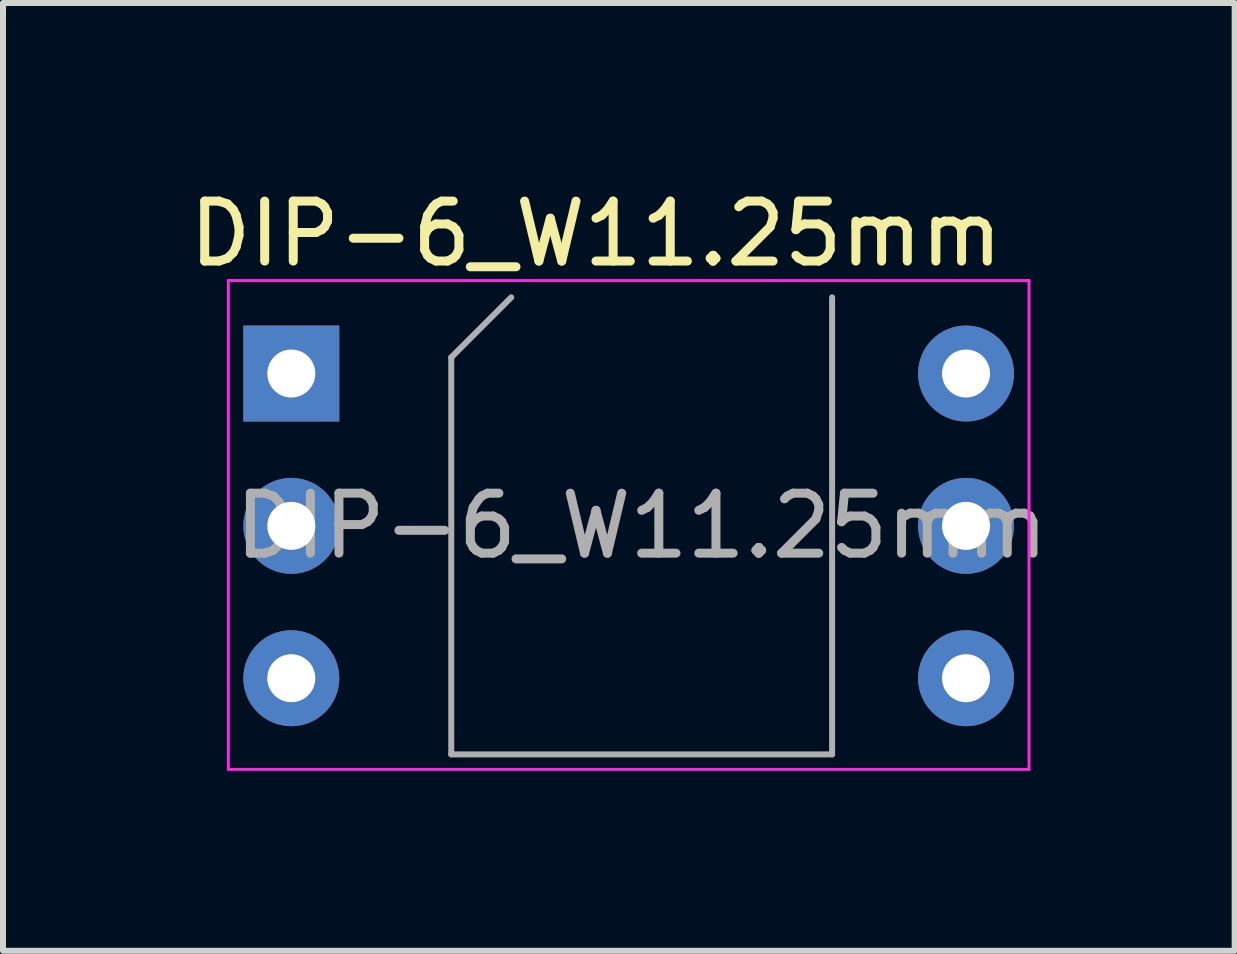
<source format=kicad_pcb>
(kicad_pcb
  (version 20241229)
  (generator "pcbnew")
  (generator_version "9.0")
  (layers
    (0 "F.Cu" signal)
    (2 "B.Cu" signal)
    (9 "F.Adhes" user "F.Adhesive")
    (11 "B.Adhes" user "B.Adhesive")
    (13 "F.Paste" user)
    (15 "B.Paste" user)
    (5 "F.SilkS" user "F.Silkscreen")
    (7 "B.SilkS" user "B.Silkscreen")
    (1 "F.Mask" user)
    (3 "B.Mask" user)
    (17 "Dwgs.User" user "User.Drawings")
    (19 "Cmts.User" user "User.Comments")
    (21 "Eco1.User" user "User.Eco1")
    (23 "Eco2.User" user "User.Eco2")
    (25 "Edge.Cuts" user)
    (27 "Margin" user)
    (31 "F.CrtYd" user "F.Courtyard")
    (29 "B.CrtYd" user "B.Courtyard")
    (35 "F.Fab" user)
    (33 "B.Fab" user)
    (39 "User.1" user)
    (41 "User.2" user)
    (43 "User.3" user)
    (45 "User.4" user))
  (footprint "DIP-6_W11.25mm"
    (layer "F.Cu")
    (at 1.807 3.178)
    (property "Reference" "DIP-6_W11.25mm" (at 5.08 -2.33 0) (layer "F.SilkS") (effects (font (size 1 1) (thickness 0.15))))
    (attr through_hole)
    (fp_line (start -1.05 -1.55) (end -1.05 6.6) (stroke (width 0.05) (type solid)) (layer "F.CrtYd"))
    (fp_line (start -1.05 6.6) (end 12.3 6.6) (stroke (width 0.05) (type solid)) (layer "F.CrtYd"))
    (fp_line (start 12.3 -1.55) (end -1.05 -1.55) (stroke (width 0.05) (type solid)) (layer "F.CrtYd"))
    (fp_line (start 12.3 6.6) (end 12.3 -1.55) (stroke (width 0.05) (type solid)) (layer "F.CrtYd"))
    (fp_line (start 2.667 -0.27) (end 3.667 -1.27) (stroke (width 0.1) (type solid)) (layer "F.Fab"))
    (fp_line (start 2.667 6.35) (end 2.667 -0.27) (stroke (width 0.1) (type solid)) (layer "F.Fab"))
    (fp_line (start 9.017 -1.27) (end 9.017 6.35) (stroke (width 0.1) (type solid)) (layer "F.Fab"))
    (fp_line (start 9.017 6.35) (end 2.667 6.35) (stroke (width 0.1) (type solid)) (layer "F.Fab"))
    (fp_text user "${REFERENCE}" (at 5.842 2.54 0) (layer "F.Fab") (effects (font (size 1 1) (thickness 0.15))))
    (pad "1" thru_hole rect (at 0 0) (size 1.6 1.6) (drill 0.8) (layers "*.Cu" "*.Mask"))
    (pad "2" thru_hole oval (at 0 2.54) (size 1.6 1.6) (drill 0.8) (layers "*.Cu" "*.Mask"))
    (pad "3" thru_hole oval (at 0 5.08) (size 1.6 1.6) (drill 0.8) (layers "*.Cu" "*.Mask"))
    (pad "4" thru_hole oval (at 11.25 5.08) (size 1.6 1.6) (drill 0.8) (layers "*.Cu" "*.Mask"))
    (pad "5" thru_hole oval (at 11.25 2.54) (size 1.6 1.6) (drill 0.8) (layers "*.Cu" "*.Mask"))
    (pad "6" thru_hole oval (at 11.25 0) (size 1.6 1.6) (drill 0.8) (layers "*.Cu" "*.Mask")))
  (gr_rect
    (start -3 -3)
    (end 17.536 12.803)
    (stroke (width 0.1) (type default))
    (fill no)
    (layer "Edge.Cuts")))
</source>
